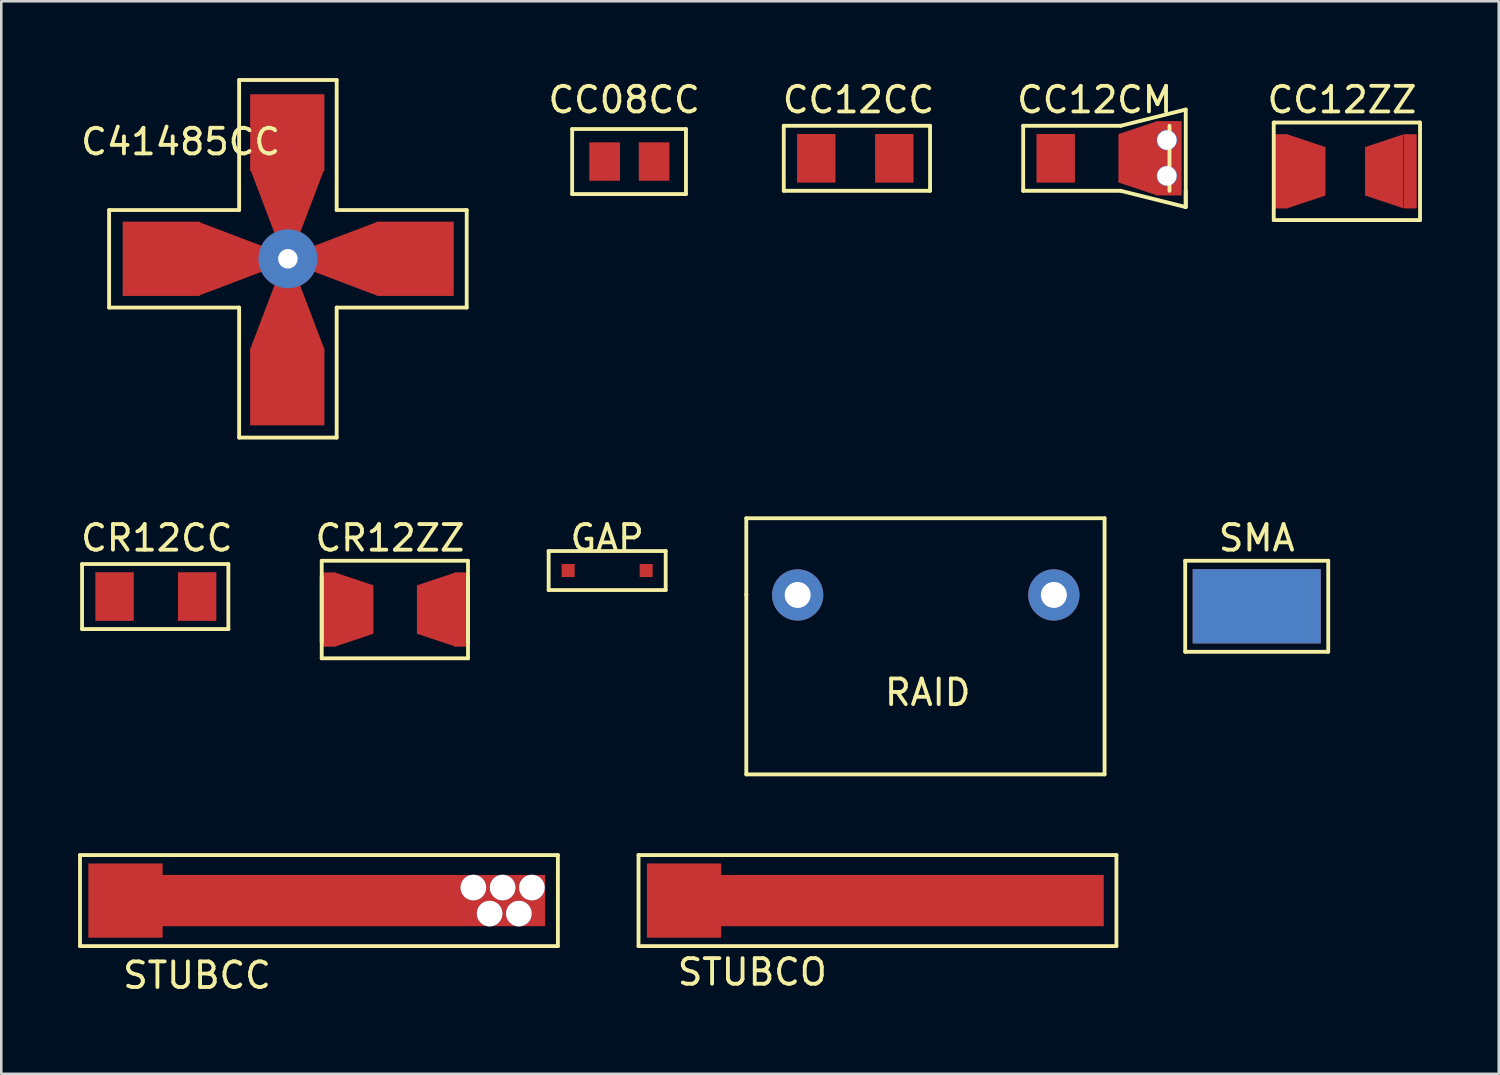
<source format=kicad_pcb>
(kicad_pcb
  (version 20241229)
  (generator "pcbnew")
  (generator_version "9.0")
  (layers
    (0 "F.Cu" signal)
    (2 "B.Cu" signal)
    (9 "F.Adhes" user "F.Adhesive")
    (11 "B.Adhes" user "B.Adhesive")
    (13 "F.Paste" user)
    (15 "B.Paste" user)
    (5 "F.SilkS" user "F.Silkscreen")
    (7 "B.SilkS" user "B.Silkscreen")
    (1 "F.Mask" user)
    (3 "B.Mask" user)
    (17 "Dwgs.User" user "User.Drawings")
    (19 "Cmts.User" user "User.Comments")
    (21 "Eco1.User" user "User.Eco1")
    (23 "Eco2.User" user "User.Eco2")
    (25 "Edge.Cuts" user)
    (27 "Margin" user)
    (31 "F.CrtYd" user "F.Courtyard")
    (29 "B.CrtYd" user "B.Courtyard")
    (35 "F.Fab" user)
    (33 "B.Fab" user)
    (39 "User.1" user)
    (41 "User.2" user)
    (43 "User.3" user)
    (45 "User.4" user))
  (footprint "CC12CM"
    (layer "F.Cu")
    (at 39.461 3.134)
    (property "Reference" "CC12CM" (at 0.254 -2.286 0) (layer "F.SilkS") (effects (font (size 1 1) (thickness 0.15))))
    (attr through_hole)
    (fp_line (start -2.54 -1.27) (end 1.27 -1.27) (stroke (width 0.15) (type solid)) (layer "F.SilkS"))
    (fp_line (start -2.54 1.27) (end -2.54 -1.27) (stroke (width 0.15) (type solid)) (layer "F.SilkS"))
    (fp_line (start -2.54 1.27) (end 1.27 1.27) (stroke (width 0.15) (type solid)) (layer "F.SilkS"))
    (fp_line (start 1.27 -1.27) (end 3.81 -1.905) (stroke (width 0.15) (type solid)) (layer "F.SilkS"))
    (fp_line (start 1.27 1.27) (end 3.81 1.905) (stroke (width 0.15) (type solid)) (layer "F.SilkS"))
    (fp_line (start 3.175 -1.27) (end 3.175 1.27) (stroke (width 0.15) (type solid)) (layer "F.SilkS"))
    (fp_line (start 3.81 -1.905) (end 3.81 1.905) (stroke (width 0.15) (type solid)) (layer "F.SilkS"))
    (fp_line (start 3.81 1.905) (end 3.81 1.27) (stroke (width 0.15) (type solid)) (layer "F.SilkS"))
    (pad "1" smd rect (at -1.27 0) (size 1.501 1.9) (layers "F.Cu" "F.Mask" "F.Paste"))
    (pad "2" smd trapezoid (at 1.93 0) (size 1.501 2.393) (rect_delta -0.5 0) (layers "F.Cu" "F.Mask" "F.Paste"))
    (pad "2" thru_hole circle (at 3.073 -0.711) (size 0.8 0.8) (drill 0.762) (layers "*.Cu" "*.Mask"))
    (pad "2" thru_hole circle (at 3.073 0.686) (size 0.8 0.8) (drill 0.762) (layers "*.Cu" "*.Mask"))
    (pad "2" smd rect (at 3.15 0) (size 1.001 2.901) (layers "F.Cu" "F.Mask" "F.Paste")))
  (footprint "SMA"
    (layer "F.Cu")
    (at 46.044 20.635)
    (property "Reference" "SMA" (at 0 -2.667 0) (layer "F.SilkS") (effects (font (size 1 1) (thickness 0.15))))
    (attr through_hole)
    (fp_line (start -2.794 -1.778) (end 2.794 -1.778) (stroke (width 0.15) (type solid)) (layer "F.SilkS"))
    (fp_line (start -2.794 1.778) (end -2.794 -1.778) (stroke (width 0.15) (type solid)) (layer "F.SilkS"))
    (fp_line (start 2.794 -1.778) (end 2.794 1.778) (stroke (width 0.15) (type solid)) (layer "F.SilkS"))
    (fp_line (start 2.794 1.778) (end -2.794 1.778) (stroke (width 0.15) (type solid)) (layer "F.SilkS"))
    (pad "1" smd rect (at 0 0) (size 5.004 2.901) (layers "F.Cu" "F.Mask" "F.Paste"))
    (pad "2" smd rect (at 0 0) (size 5.004 2.901) (layers "F.Mask" "B.Cu" "F.Paste")))
  (footprint "GAP"
    (layer "F.Cu")
    (at 20.669 19.238)
    (property "Reference" "GAP" (at 0 -1.27 0) (layer "F.SilkS") (effects (font (size 1 1) (thickness 0.15))))
    (attr through_hole)
    (fp_line (start -2.286 -0.762) (end 2.286 -0.762) (stroke (width 0.15) (type solid)) (layer "F.SilkS"))
    (fp_line (start -2.286 0.762) (end -2.286 -0.762) (stroke (width 0.15) (type solid)) (layer "F.SilkS"))
    (fp_line (start 2.286 -0.762) (end 2.286 0.762) (stroke (width 0.15) (type solid)) (layer "F.SilkS"))
    (fp_line (start 2.286 0.762) (end -2.286 0.762) (stroke (width 0.15) (type solid)) (layer "F.SilkS"))
    (pad "1" smd rect (at -1.524 0) (size 0.508 0.508) (layers "F.Cu" "F.Mask" "F.Paste"))
    (pad "2" smd rect (at 1.524 0) (size 0.508 0.508) (layers "F.Cu" "F.Mask" "F.Paste")))
  (footprint "RAID"
    (layer "F.Cu")
    (at 33.826 22.097)
    (property "Reference" "RAID" (at -0.635 1.905 0) (layer "F.SilkS") (effects (font (size 1 1) (thickness 0.15))))
    (attr through_hole)
    (fp_line (start -7.722 -4.902) (end 6.274 -4.902) (stroke (width 0.15) (type solid)) (layer "F.SilkS"))
    (fp_line (start -7.722 -1.905) (end -7.722 -4.902) (stroke (width 0.15) (type solid)) (layer "F.SilkS"))
    (fp_line (start -7.722 5.105) (end -7.722 -1.93) (stroke (width 0.15) (type solid)) (layer "F.SilkS"))
    (fp_line (start 6.274 -4.902) (end 6.274 5.105) (stroke (width 0.15) (type solid)) (layer "F.SilkS"))
    (fp_line (start 6.274 5.105) (end -7.722 5.105) (stroke (width 0.15) (type solid)) (layer "F.SilkS"))
    (pad "" thru_hole circle (at -5.715 -1.905) (size 2.002 2.002) (drill 1.016) (layers "*.Cu" "*.Mask"))
    (pad "" thru_hole circle (at 4.293 -1.905) (size 2.002 2.002) (drill 1.016) (layers "*.Cu" "*.Mask")))
  (footprint "CC12ZZ"
    (layer "F.Cu")
    (at 49.503 3.642)
    (property "Reference" "CC12ZZ" (at -0.127 -2.794 0) (layer "F.SilkS") (effects (font (size 1 1) (thickness 0.15))))
    (attr through_hole)
    (fp_line (start -2.794 -1.905) (end 2.921 -1.905) (stroke (width 0.15) (type solid)) (layer "F.SilkS"))
    (fp_line (start -2.794 1.905) (end -2.794 -1.905) (stroke (width 0.15) (type solid)) (layer "F.SilkS"))
    (fp_line (start 2.921 -1.905) (end 2.921 1.905) (stroke (width 0.15) (type solid)) (layer "F.SilkS"))
    (fp_line (start 2.921 1.905) (end -2.794 1.905) (stroke (width 0.15) (type solid)) (layer "F.SilkS"))
    (pad "1" smd rect (at -2.489 0) (size 0.5 2.901) (layers "F.Cu" "F.Mask" "F.Paste"))
    (pad "1" smd trapezoid (at -1.524 0) (size 1.501 2.393) (rect_delta 0.5 0) (layers "F.Cu" "F.Mask" "F.Paste"))
    (pad "2" smd trapezoid (at 1.524 0) (size 1.501 2.393) (rect_delta -0.5 0) (layers "F.Cu" "F.Mask" "F.Paste"))
    (pad "2" smd rect (at 2.54 0) (size 0.5 2.901) (layers "F.Cu" "F.Mask" "F.Paste")))
  (footprint "STUBCO"
    (layer "F.Cu")
    (at 31.292 32.131)
    (property "Reference" "STUBCO" (at -4.953 2.794 0) (layer "F.SilkS") (effects (font (size 1 1) (thickness 0.15))))
    (attr through_hole)
    (fp_line (start -9.398 -1.778) (end -9.398 1.778) (stroke (width 0.15) (type solid)) (layer "F.SilkS"))
    (fp_line (start -9.398 1.778) (end 9.271 1.778) (stroke (width 0.15) (type solid)) (layer "F.SilkS"))
    (fp_line (start 9.271 -1.778) (end -9.398 -1.778) (stroke (width 0.15) (type solid)) (layer "F.SilkS"))
    (fp_line (start 9.271 -1.778) (end 9.271 1.778) (stroke (width 0.15) (type solid)) (layer "F.SilkS"))
    (pad "1" smd rect (at -7.62 0) (size 2.901 2.901) (layers "F.Cu" "F.Mask" "F.Paste"))
    (pad "1" smd rect (at 1.27 0) (size 15.011 2.002) (layers "F.Cu" "F.Mask" "F.Paste")))
  (footprint "C41485CC"
    (layer "F.Cu")
    (at 8.197 7.06)
    (property "Reference" "C41485CC" (at -4.191 -4.572 0) (layer "F.SilkS") (effects (font (size 1 1) (thickness 0.15))))
    (attr through_hole)
    (fp_line (start -6.985 -1.905) (end -6.985 1.905) (stroke (width 0.15) (type solid)) (layer "F.SilkS"))
    (fp_line (start -6.985 1.905) (end -1.905 1.905) (stroke (width 0.15) (type solid)) (layer "F.SilkS"))
    (fp_line (start -1.905 -6.985) (end -1.905 -1.905) (stroke (width 0.15) (type solid)) (layer "F.SilkS"))
    (fp_line (start -1.905 -1.905) (end -6.985 -1.905) (stroke (width 0.15) (type solid)) (layer "F.SilkS"))
    (fp_line (start -1.905 1.905) (end -1.905 6.985) (stroke (width 0.15) (type solid)) (layer "F.SilkS"))
    (fp_line (start -1.905 6.985) (end 1.905 6.985) (stroke (width 0.15) (type solid)) (layer "F.SilkS"))
    (fp_line (start 1.905 -6.985) (end -1.905 -6.985) (stroke (width 0.15) (type solid)) (layer "F.SilkS"))
    (fp_line (start 1.905 -1.905) (end 1.905 -6.985) (stroke (width 0.15) (type solid)) (layer "F.SilkS"))
    (fp_line (start 1.905 1.905) (end 6.985 1.905) (stroke (width 0.15) (type solid)) (layer "F.SilkS"))
    (fp_line (start 1.905 6.985) (end 1.905 1.905) (stroke (width 0.15) (type solid)) (layer "F.SilkS"))
    (fp_line (start 6.985 -1.905) (end 1.905 -1.905) (stroke (width 0.15) (type solid)) (layer "F.SilkS"))
    (fp_line (start 6.985 1.905) (end 6.985 -1.905) (stroke (width 0.15) (type solid)) (layer "F.SilkS"))
    (pad "" thru_hole circle (at 0 0) (size 2.301 2.301) (drill 0.762) (layers "*.Cu" "*.Mask"))
    (pad "1" smd rect (at -4.953 0) (size 3.002 2.901) (layers "F.Cu" "F.Mask" "F.Paste" "In14.Cu"))
    (pad "1" smd trapezoid (at -2.261 0) (size 2.502 1.951) (rect_delta 0.95 0) (layers "F.Cu" "F.Mask" "F.Paste" "In14.Cu"))
    (pad "2" smd trapezoid (at -0.025 2.286) (size 1.951 2.502) (rect_delta 0 0.95) (layers "F.Cu" "F.Mask" "F.Paste" "In14.Cu"))
    (pad "2" smd rect (at -0.025 5.004) (size 2.901 3.002) (layers "F.Cu" "F.Mask" "F.Paste" "In10.Cu" "In13.Cu" "In14.Cu"))
    (pad "3" smd trapezoid (at 2.261 0) (size 2.502 1.951) (rect_delta -0.95 0) (layers "F.Cu" "F.Mask" "F.Paste" "In14.Cu"))
    (pad "3" smd rect (at 4.978 0) (size 3.002 2.901) (layers "F.Cu" "F.Mask" "F.Paste" "In14.Cu"))
    (pad "4" smd rect (at -0.025 -4.928) (size 2.901 3.002) (layers "F.Cu" "F.Mask" "F.Paste" "In10.Cu" "In13.Cu" "In14.Cu"))
    (pad "4" smd trapezoid (at -0.025 -2.261) (size 1.951 2.502) (rect_delta 0 -0.95) (layers "F.Cu" "F.Mask" "F.Paste" "In14.Cu")))
  (footprint "STUBCC"
    (layer "F.Cu")
    (at 9.473 32.131)
    (property "Reference" "STUBCC" (at -4.826 2.921 0) (layer "F.SilkS") (effects (font (size 1 1) (thickness 0.15))))
    (attr through_hole)
    (fp_line (start -9.398 -1.778) (end -9.398 1.778) (stroke (width 0.15) (type solid)) (layer "F.SilkS"))
    (fp_line (start -9.398 1.778) (end 9.271 1.778) (stroke (width 0.15) (type solid)) (layer "F.SilkS"))
    (fp_line (start 9.271 -1.778) (end -9.398 -1.778) (stroke (width 0.15) (type solid)) (layer "F.SilkS"))
    (fp_line (start 9.271 -1.778) (end 9.271 1.778) (stroke (width 0.15) (type solid)) (layer "F.SilkS"))
    (pad "1" smd rect (at -7.62 0) (size 2.901 2.901) (layers "F.Cu" "F.Mask" "F.Paste"))
    (pad "2" smd rect (at 1.27 0) (size 15.011 2.002) (layers "F.Cu" "F.Mask" "F.Paste"))
    (pad "2" thru_hole circle (at 5.969 -0.508) (size 1.001 1.001) (drill 1.016) (layers "*.Cu" "*.Mask"))
    (pad "2" thru_hole circle (at 6.604 0.508) (size 1.001 1.001) (drill 1.016) (layers "*.Cu" "*.Mask"))
    (pad "2" thru_hole circle (at 7.112 -0.508) (size 1.001 1.001) (drill 1.016) (layers "*.Cu" "*.Mask"))
    (pad "2" thru_hole circle (at 7.747 0.508) (size 1.001 1.001) (drill 1.016) (layers "*.Cu" "*.Mask"))
    (pad "2" thru_hole circle (at 8.255 -0.508) (size 1.001 1.001) (drill 1.016) (layers "*.Cu" "*.Mask")))
  (footprint "CR12CC"
    (layer "F.Cu")
    (at 2.696 20.254)
    (property "Reference" "CR12CC" (at 0.381 -2.286 0) (layer "F.SilkS") (effects (font (size 1 1) (thickness 0.15))))
    (attr through_hole)
    (fp_line (start -2.54 -1.27) (end 3.175 -1.27) (stroke (width 0.15) (type solid)) (layer "F.SilkS"))
    (fp_line (start -2.54 1.27) (end -2.54 -1.27) (stroke (width 0.15) (type solid)) (layer "F.SilkS"))
    (fp_line (start 3.175 -1.27) (end 3.175 1.27) (stroke (width 0.15) (type solid)) (layer "F.SilkS"))
    (fp_line (start 3.175 1.27) (end -2.54 1.27) (stroke (width 0.15) (type solid)) (layer "F.SilkS"))
    (pad "1" smd rect (at -1.27 0) (size 1.501 1.9) (layers "F.Cu" "F.Mask" "F.Paste"))
    (pad "2" smd rect (at 1.956 0) (size 1.501 1.9) (layers "F.Cu" "F.Mask" "F.Paste")))
  (footprint "CR12ZZ"
    (layer "F.Cu")
    (at 12.058 20.762)
    (property "Reference" "CR12ZZ" (at 0.127 -2.794 0) (layer "F.SilkS") (effects (font (size 1 1) (thickness 0.15))))
    (attr through_hole)
    (fp_line (start -2.54 -1.905) (end 3.175 -1.905) (stroke (width 0.15) (type solid)) (layer "F.SilkS"))
    (fp_line (start -2.54 1.27) (end -2.54 -1.27) (stroke (width 0.15) (type solid)) (layer "F.SilkS"))
    (fp_line (start -2.54 1.905) (end -2.54 -1.905) (stroke (width 0.15) (type solid)) (layer "F.SilkS"))
    (fp_line (start 3.175 -1.905) (end 3.175 1.905) (stroke (width 0.15) (type solid)) (layer "F.SilkS"))
    (fp_line (start 3.175 -1.27) (end 3.175 1.27) (stroke (width 0.15) (type solid)) (layer "F.SilkS"))
    (fp_line (start 3.175 1.905) (end -2.54 1.905) (stroke (width 0.15) (type solid)) (layer "F.SilkS"))
    (pad "1" smd rect (at -2.235 0) (size 0.5 2.901) (layers "F.Cu" "F.Mask" "F.Paste"))
    (pad "1" smd trapezoid (at -1.27 0) (size 1.501 2.393) (rect_delta 0.5 0) (layers "F.Cu" "F.Mask" "F.Paste"))
    (pad "2" smd trapezoid (at 1.93 0) (size 1.501 2.393) (rect_delta -0.5 0) (layers "F.Cu" "F.Mask" "F.Paste"))
    (pad "2" smd rect (at 2.896 0) (size 0.5 2.901) (layers "F.Cu" "F.Mask" "F.Paste")))
  (footprint "CC12CC"
    (layer "F.Cu")
    (at 30.362 3.134)
    (property "Reference" "CC12CC" (at 0.127 -2.286 0) (layer "F.SilkS") (effects (font (size 1 1) (thickness 0.15))))
    (attr through_hole)
    (fp_line (start -2.794 -1.27) (end 2.921 -1.27) (stroke (width 0.15) (type solid)) (layer "F.SilkS"))
    (fp_line (start -2.794 1.27) (end -2.794 -1.27) (stroke (width 0.15) (type solid)) (layer "F.SilkS"))
    (fp_line (start 2.921 -1.27) (end 2.921 1.27) (stroke (width 0.15) (type solid)) (layer "F.SilkS"))
    (fp_line (start 2.921 1.27) (end -2.794 1.27) (stroke (width 0.15) (type solid)) (layer "F.SilkS"))
    (pad "1" smd rect (at -1.524 0) (size 1.501 1.9) (layers "F.Cu" "F.Mask" "F.Paste"))
    (pad "2" smd rect (at 1.524 0) (size 1.501 1.9) (layers "F.Cu" "F.Mask" "F.Paste")))
  (footprint "CC08CC"
    (layer "F.Cu")
    (at 21.842 3.261)
    (property "Reference" "CC08CC" (at -0.508 -2.413 0) (layer "F.SilkS") (effects (font (size 1 1) (thickness 0.15))))
    (attr through_hole)
    (fp_line (start -2.54 1.27) (end -2.54 -1.27) (stroke (width 0.15) (type solid)) (layer "F.SilkS"))
    (fp_line (start 1.905 -1.27) (end -2.54 -1.27) (stroke (width 0.15) (type solid)) (layer "F.SilkS"))
    (fp_line (start 1.905 -1.27) (end 1.905 1.27) (stroke (width 0.15) (type solid)) (layer "F.SilkS"))
    (fp_line (start 1.905 1.27) (end -2.54 1.27) (stroke (width 0.15) (type solid)) (layer "F.SilkS"))
    (pad "1" smd rect (at -1.27 0) (size 1.199 1.501) (layers "F.Cu" "F.Mask" "F.Paste"))
    (pad "2" smd rect (at 0.66 0) (size 1.199 1.501) (layers "F.Cu" "F.Mask" "F.Paste")))
  (gr_rect
    (start -3 -3)
    (end 55.499 38.9)
    (stroke (width 0.1) (type default))
    (fill no)
    (layer "Edge.Cuts")))
</source>
